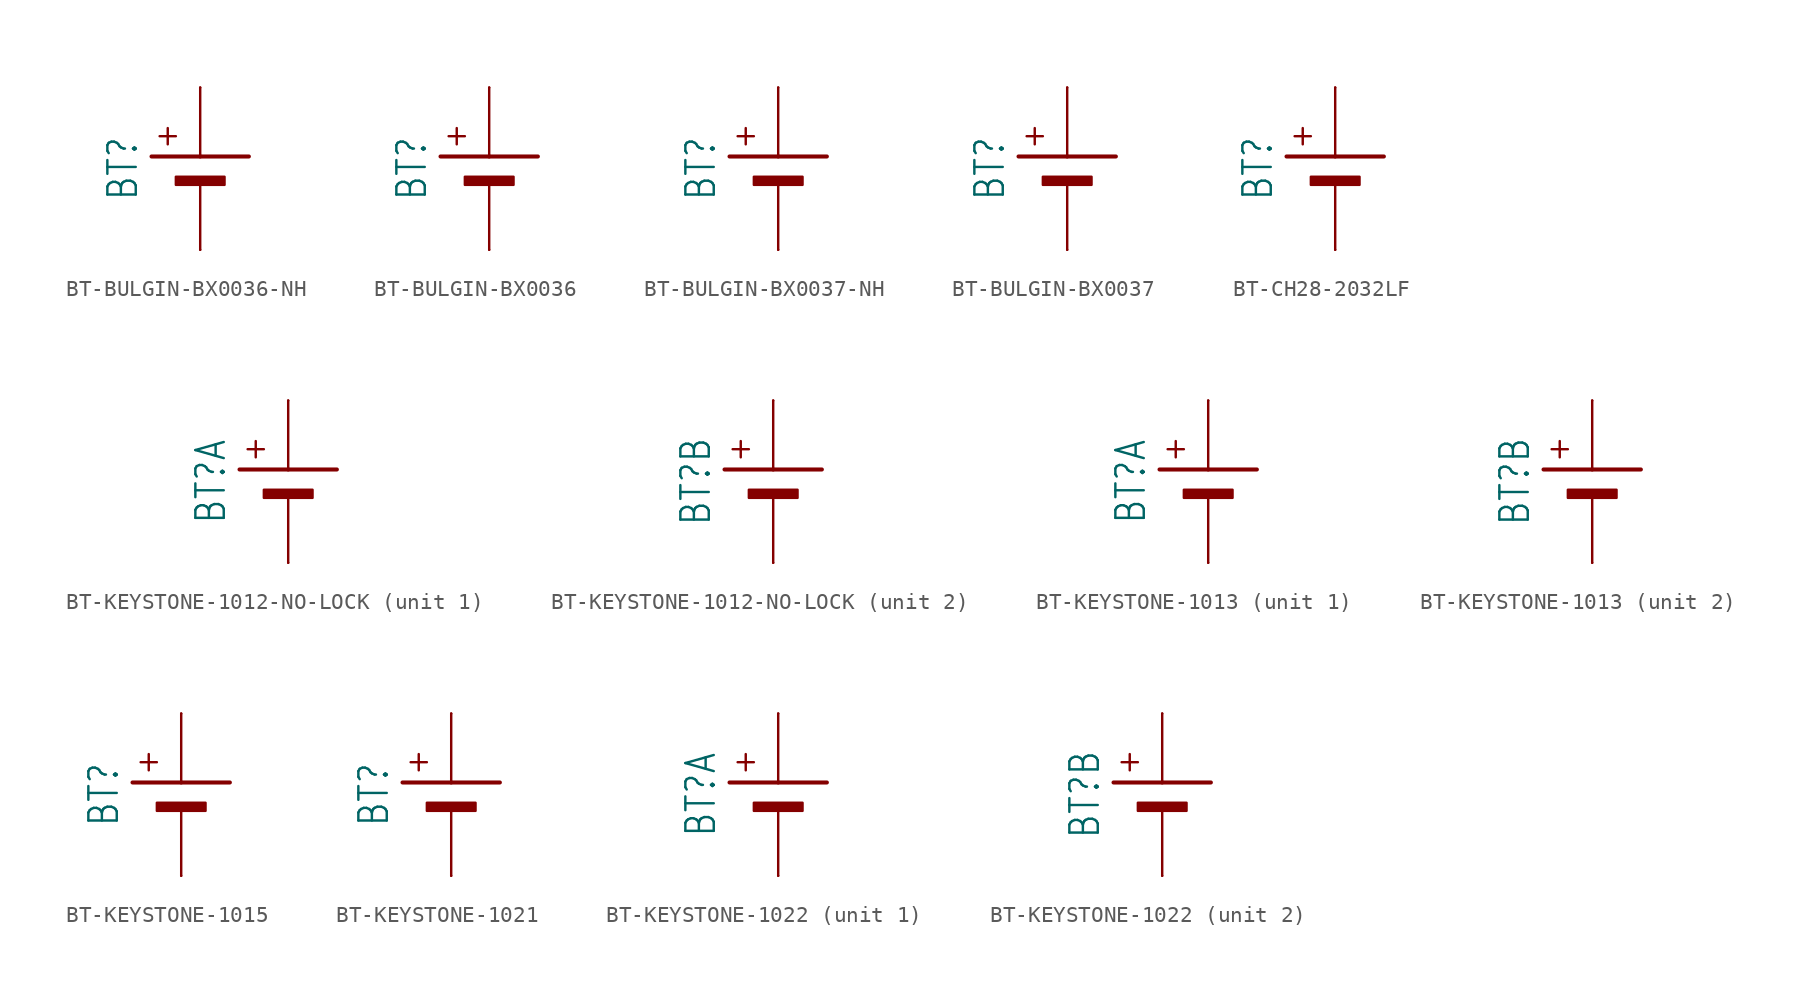
<source format=kicad_sym>
(kicad_symbol_lib
  (version 20231120)
  (generator "kicad_symbol_editor")
  (generator_version "8.0")
  (symbol "BT-BULGIN-BX0036-NH"
    (property "Reference" "BT"
      (at -3.81 0 90)
      (effects (font (size 1.778 1.511)) (justify bottom)))
    (property "Value" ""
      (at 3.81 0 90)
      (effects (font (size 1.778 1.511)) (justify top)))
    (property "ki_locked" ""
      (at 0 0 0)
      (effects (font (size 1.27 1.27))))
    (symbol "BT-BULGIN-BX0036-NH_1_0"
      (rectangle (start -1.524 -1.016) (end 1.524 -0.508) (stroke (width 0) (type default)) (fill (type outline)))
      (polyline (pts (xy -3.048 0.762) (xy 0 0.762)) (stroke (width 0.254) (type solid)) (fill (type none)))
      (polyline (pts (xy -2.54 2.032) (xy -1.524 2.032)) (stroke (width 0.152) (type solid)) (fill (type none)))
      (polyline (pts (xy -2.032 1.524) (xy -2.032 2.54)) (stroke (width 0.152) (type solid)) (fill (type none)))
      (polyline (pts (xy 0 -0.762) (xy 0 -5.08)) (stroke (width 0.152) (type solid)) (fill (type none)))
      (polyline (pts (xy 0 0.762) (xy 3.048 0.762)) (stroke (width 0.254) (type solid)) (fill (type none)))
      (polyline (pts (xy 0 5.08) (xy 0 0.762)) (stroke (width 0.152) (type solid)) (fill (type none)))
      (pin passive line (at 0 -5.08 90) (length 0) (name "M" (effects (font (size 0 0)))) (number "M" (effects (font (size 0 0)))))
      (pin passive line (at 0 5.08 270) (length 0) (name "P" (effects (font (size 0 0)))) (number "P" (effects (font (size 0 0)))))))
  (symbol "BT-BULGIN-BX0036"
    (property "Reference" "BT"
      (at -3.81 0 90)
      (effects (font (size 1.778 1.511)) (justify bottom)))
    (property "Value" ""
      (at 3.81 0 90)
      (effects (font (size 1.778 1.511)) (justify top)))
    (property "ki_locked" ""
      (at 0 0 0)
      (effects (font (size 1.27 1.27))))
    (symbol "BT-BULGIN-BX0036_1_0"
      (rectangle (start -1.524 -1.016) (end 1.524 -0.508) (stroke (width 0) (type default)) (fill (type outline)))
      (polyline (pts (xy -3.048 0.762) (xy 0 0.762)) (stroke (width 0.254) (type solid)) (fill (type none)))
      (polyline (pts (xy -2.54 2.032) (xy -1.524 2.032)) (stroke (width 0.152) (type solid)) (fill (type none)))
      (polyline (pts (xy -2.032 1.524) (xy -2.032 2.54)) (stroke (width 0.152) (type solid)) (fill (type none)))
      (polyline (pts (xy 0 -0.762) (xy 0 -5.08)) (stroke (width 0.152) (type solid)) (fill (type none)))
      (polyline (pts (xy 0 0.762) (xy 3.048 0.762)) (stroke (width 0.254) (type solid)) (fill (type none)))
      (polyline (pts (xy 0 5.08) (xy 0 0.762)) (stroke (width 0.152) (type solid)) (fill (type none)))
      (pin passive line (at 0 -5.08 90) (length 0) (name "M" (effects (font (size 0 0)))) (number "M" (effects (font (size 0 0)))))
      (pin passive line (at 0 5.08 270) (length 0) (name "P" (effects (font (size 0 0)))) (number "P" (effects (font (size 0 0)))))))
  (symbol "BT-BULGIN-BX0037-NH"
    (property "Reference" "BT"
      (at -3.81 0 90)
      (effects (font (size 1.778 1.511)) (justify bottom)))
    (property "Value" ""
      (at 3.81 0 90)
      (effects (font (size 1.778 1.511)) (justify top)))
    (property "ki_locked" ""
      (at 0 0 0)
      (effects (font (size 1.27 1.27))))
    (symbol "BT-BULGIN-BX0037-NH_1_0"
      (rectangle (start -1.524 -1.016) (end 1.524 -0.508) (stroke (width 0) (type default)) (fill (type outline)))
      (polyline (pts (xy -3.048 0.762) (xy 0 0.762)) (stroke (width 0.254) (type solid)) (fill (type none)))
      (polyline (pts (xy -2.54 2.032) (xy -1.524 2.032)) (stroke (width 0.152) (type solid)) (fill (type none)))
      (polyline (pts (xy -2.032 1.524) (xy -2.032 2.54)) (stroke (width 0.152) (type solid)) (fill (type none)))
      (polyline (pts (xy 0 -0.762) (xy 0 -5.08)) (stroke (width 0.152) (type solid)) (fill (type none)))
      (polyline (pts (xy 0 0.762) (xy 3.048 0.762)) (stroke (width 0.254) (type solid)) (fill (type none)))
      (polyline (pts (xy 0 5.08) (xy 0 0.762)) (stroke (width 0.152) (type solid)) (fill (type none)))
      (pin passive line (at 0 -5.08 90) (length 0) (name "M" (effects (font (size 0 0)))) (number "M" (effects (font (size 0 0)))))
      (pin passive line (at 0 5.08 270) (length 0) (name "P" (effects (font (size 0 0)))) (number "P" (effects (font (size 0 0)))))))
  (symbol "BT-BULGIN-BX0037"
    (property "Reference" "BT"
      (at -3.81 0 90)
      (effects (font (size 1.778 1.511)) (justify bottom)))
    (property "Value" ""
      (at 3.81 0 90)
      (effects (font (size 1.778 1.511)) (justify top)))
    (property "ki_locked" ""
      (at 0 0 0)
      (effects (font (size 1.27 1.27))))
    (symbol "BT-BULGIN-BX0037_1_0"
      (rectangle (start -1.524 -1.016) (end 1.524 -0.508) (stroke (width 0) (type default)) (fill (type outline)))
      (polyline (pts (xy -3.048 0.762) (xy 0 0.762)) (stroke (width 0.254) (type solid)) (fill (type none)))
      (polyline (pts (xy -2.54 2.032) (xy -1.524 2.032)) (stroke (width 0.152) (type solid)) (fill (type none)))
      (polyline (pts (xy -2.032 1.524) (xy -2.032 2.54)) (stroke (width 0.152) (type solid)) (fill (type none)))
      (polyline (pts (xy 0 -0.762) (xy 0 -5.08)) (stroke (width 0.152) (type solid)) (fill (type none)))
      (polyline (pts (xy 0 0.762) (xy 3.048 0.762)) (stroke (width 0.254) (type solid)) (fill (type none)))
      (polyline (pts (xy 0 5.08) (xy 0 0.762)) (stroke (width 0.152) (type solid)) (fill (type none)))
      (pin passive line (at 0 -5.08 90) (length 0) (name "M" (effects (font (size 0 0)))) (number "M" (effects (font (size 0 0)))))
      (pin passive line (at 0 5.08 270) (length 0) (name "P" (effects (font (size 0 0)))) (number "P" (effects (font (size 0 0)))))))
  (symbol "BT-CH28-2032LF"
    (property "Reference" "BT"
      (at -3.81 0 90)
      (effects (font (size 1.778 1.511)) (justify bottom)))
    (property "Value" ""
      (at 3.81 0 90)
      (effects (font (size 1.778 1.511)) (justify top)))
    (property "ki_locked" ""
      (at 0 0 0)
      (effects (font (size 1.27 1.27))))
    (symbol "BT-CH28-2032LF_1_0"
      (rectangle (start -1.524 -1.016) (end 1.524 -0.508) (stroke (width 0) (type default)) (fill (type outline)))
      (polyline (pts (xy -3.048 0.762) (xy 0 0.762)) (stroke (width 0.254) (type solid)) (fill (type none)))
      (polyline (pts (xy -2.54 2.032) (xy -1.524 2.032)) (stroke (width 0.152) (type solid)) (fill (type none)))
      (polyline (pts (xy -2.032 1.524) (xy -2.032 2.54)) (stroke (width 0.152) (type solid)) (fill (type none)))
      (polyline (pts (xy 0 -0.762) (xy 0 -5.08)) (stroke (width 0.152) (type solid)) (fill (type none)))
      (polyline (pts (xy 0 0.762) (xy 3.048 0.762)) (stroke (width 0.254) (type solid)) (fill (type none)))
      (polyline (pts (xy 0 5.08) (xy 0 0.762)) (stroke (width 0.152) (type solid)) (fill (type none)))
      (pin passive line (at 0 -5.08 90) (length 0) (name "M" (effects (font (size 0 0)))) (number "M" (effects (font (size 0 0)))))
      (pin passive line (at 0 5.08 270) (length 0) (name "P" (effects (font (size 0 0)))) (number "P" (effects (font (size 0 0)))))))
  (symbol "BT-KEYSTONE-1012-NO-LOCK"
    (property "Reference" "BT"
      (at -3.81 0 90)
      (effects (font (size 1.778 1.511)) (justify bottom)))
    (property "Value" ""
      (at 3.81 0 90)
      (effects (font (size 1.778 1.511)) (justify top)))
    (property "ki_locked" ""
      (at 0 0 0)
      (effects (font (size 1.27 1.27))))
    (symbol "BT-KEYSTONE-1012-NO-LOCK_1_0"
      (rectangle (start -1.524 -1.016) (end 1.524 -0.508) (stroke (width 0) (type default)) (fill (type outline)))
      (polyline (pts (xy -3.048 0.762) (xy 0 0.762)) (stroke (width 0.254) (type solid)) (fill (type none)))
      (polyline (pts (xy -2.54 2.032) (xy -1.524 2.032)) (stroke (width 0.152) (type solid)) (fill (type none)))
      (polyline (pts (xy -2.032 1.524) (xy -2.032 2.54)) (stroke (width 0.152) (type solid)) (fill (type none)))
      (polyline (pts (xy 0 -0.762) (xy 0 -5.08)) (stroke (width 0.152) (type solid)) (fill (type none)))
      (polyline (pts (xy 0 0.762) (xy 3.048 0.762)) (stroke (width 0.254) (type solid)) (fill (type none)))
      (polyline (pts (xy 0 5.08) (xy 0 0.762)) (stroke (width 0.152) (type solid)) (fill (type none)))
      (pin passive line (at 0 -5.08 90) (length 0) (name "M" (effects (font (size 0 0)))) (number "M1" (effects (font (size 0 0)))))
      (pin passive line (at 0 5.08 270) (length 0) (name "P" (effects (font (size 0 0)))) (number "P1" (effects (font (size 0 0))))))
    (symbol "BT-KEYSTONE-1012-NO-LOCK_2_0"
      (rectangle (start -1.524 -1.016) (end 1.524 -0.508) (stroke (width 0) (type default)) (fill (type outline)))
      (polyline (pts (xy -3.048 0.762) (xy 0 0.762)) (stroke (width 0.254) (type solid)) (fill (type none)))
      (polyline (pts (xy -2.54 2.032) (xy -1.524 2.032)) (stroke (width 0.152) (type solid)) (fill (type none)))
      (polyline (pts (xy -2.032 1.524) (xy -2.032 2.54)) (stroke (width 0.152) (type solid)) (fill (type none)))
      (polyline (pts (xy 0 -0.762) (xy 0 -5.08)) (stroke (width 0.152) (type solid)) (fill (type none)))
      (polyline (pts (xy 0 0.762) (xy 3.048 0.762)) (stroke (width 0.254) (type solid)) (fill (type none)))
      (polyline (pts (xy 0 5.08) (xy 0 0.762)) (stroke (width 0.152) (type solid)) (fill (type none)))
      (pin passive line (at 0 -5.08 90) (length 0) (name "M" (effects (font (size 0 0)))) (number "M2" (effects (font (size 0 0)))))
      (pin passive line (at 0 5.08 270) (length 0) (name "P" (effects (font (size 0 0)))) (number "P2" (effects (font (size 0 0)))))))
  (symbol "BT-KEYSTONE-1013"
    (property "Reference" "BT"
      (at -3.81 0 90)
      (effects (font (size 1.778 1.511)) (justify bottom)))
    (property "Value" ""
      (at 3.81 0 90)
      (effects (font (size 1.778 1.511)) (justify top)))
    (property "ki_locked" ""
      (at 0 0 0)
      (effects (font (size 1.27 1.27))))
    (symbol "BT-KEYSTONE-1013_1_0"
      (rectangle (start -1.524 -1.016) (end 1.524 -0.508) (stroke (width 0) (type default)) (fill (type outline)))
      (polyline (pts (xy -3.048 0.762) (xy 0 0.762)) (stroke (width 0.254) (type solid)) (fill (type none)))
      (polyline (pts (xy -2.54 2.032) (xy -1.524 2.032)) (stroke (width 0.152) (type solid)) (fill (type none)))
      (polyline (pts (xy -2.032 1.524) (xy -2.032 2.54)) (stroke (width 0.152) (type solid)) (fill (type none)))
      (polyline (pts (xy 0 -0.762) (xy 0 -5.08)) (stroke (width 0.152) (type solid)) (fill (type none)))
      (polyline (pts (xy 0 0.762) (xy 3.048 0.762)) (stroke (width 0.254) (type solid)) (fill (type none)))
      (polyline (pts (xy 0 5.08) (xy 0 0.762)) (stroke (width 0.152) (type solid)) (fill (type none)))
      (pin passive line (at 0 -5.08 90) (length 0) (name "M" (effects (font (size 0 0)))) (number "M1" (effects (font (size 0 0)))))
      (pin passive line (at 0 5.08 270) (length 0) (name "P" (effects (font (size 0 0)))) (number "P1" (effects (font (size 0 0))))))
    (symbol "BT-KEYSTONE-1013_2_0"
      (rectangle (start -1.524 -1.016) (end 1.524 -0.508) (stroke (width 0) (type default)) (fill (type outline)))
      (polyline (pts (xy -3.048 0.762) (xy 0 0.762)) (stroke (width 0.254) (type solid)) (fill (type none)))
      (polyline (pts (xy -2.54 2.032) (xy -1.524 2.032)) (stroke (width 0.152) (type solid)) (fill (type none)))
      (polyline (pts (xy -2.032 1.524) (xy -2.032 2.54)) (stroke (width 0.152) (type solid)) (fill (type none)))
      (polyline (pts (xy 0 -0.762) (xy 0 -5.08)) (stroke (width 0.152) (type solid)) (fill (type none)))
      (polyline (pts (xy 0 0.762) (xy 3.048 0.762)) (stroke (width 0.254) (type solid)) (fill (type none)))
      (polyline (pts (xy 0 5.08) (xy 0 0.762)) (stroke (width 0.152) (type solid)) (fill (type none)))
      (pin passive line (at 0 -5.08 90) (length 0) (name "M" (effects (font (size 0 0)))) (number "M2" (effects (font (size 0 0)))))
      (pin passive line (at 0 5.08 270) (length 0) (name "P" (effects (font (size 0 0)))) (number "P2" (effects (font (size 0 0)))))))
  (symbol "BT-KEYSTONE-1015"
    (property "Reference" "BT"
      (at -3.81 0 90)
      (effects (font (size 1.778 1.511)) (justify bottom)))
    (property "Value" ""
      (at 3.81 0 90)
      (effects (font (size 1.778 1.511)) (justify top)))
    (property "ki_locked" ""
      (at 0 0 0)
      (effects (font (size 1.27 1.27))))
    (symbol "BT-KEYSTONE-1015_1_0"
      (rectangle (start -1.524 -1.016) (end 1.524 -0.508) (stroke (width 0) (type default)) (fill (type outline)))
      (polyline (pts (xy -3.048 0.762) (xy 0 0.762)) (stroke (width 0.254) (type solid)) (fill (type none)))
      (polyline (pts (xy -2.54 2.032) (xy -1.524 2.032)) (stroke (width 0.152) (type solid)) (fill (type none)))
      (polyline (pts (xy -2.032 1.524) (xy -2.032 2.54)) (stroke (width 0.152) (type solid)) (fill (type none)))
      (polyline (pts (xy 0 -0.762) (xy 0 -5.08)) (stroke (width 0.152) (type solid)) (fill (type none)))
      (polyline (pts (xy 0 0.762) (xy 3.048 0.762)) (stroke (width 0.254) (type solid)) (fill (type none)))
      (polyline (pts (xy 0 5.08) (xy 0 0.762)) (stroke (width 0.152) (type solid)) (fill (type none)))
      (pin passive line (at 0 -5.08 90) (length 0) (name "M" (effects (font (size 0 0)))) (number "M1" (effects (font (size 0 0)))))
      (pin passive line (at 0 5.08 270) (length 0) (name "P" (effects (font (size 0 0)))) (number "P1" (effects (font (size 0 0)))))))
  (symbol "BT-KEYSTONE-1021"
    (property "Reference" "BT"
      (at -3.81 0 90)
      (effects (font (size 1.778 1.511)) (justify bottom)))
    (property "Value" ""
      (at 3.81 0 90)
      (effects (font (size 1.778 1.511)) (justify top)))
    (property "ki_locked" ""
      (at 0 0 0)
      (effects (font (size 1.27 1.27))))
    (symbol "BT-KEYSTONE-1021_1_0"
      (rectangle (start -1.524 -1.016) (end 1.524 -0.508) (stroke (width 0) (type default)) (fill (type outline)))
      (polyline (pts (xy -3.048 0.762) (xy 0 0.762)) (stroke (width 0.254) (type solid)) (fill (type none)))
      (polyline (pts (xy -2.54 2.032) (xy -1.524 2.032)) (stroke (width 0.152) (type solid)) (fill (type none)))
      (polyline (pts (xy -2.032 1.524) (xy -2.032 2.54)) (stroke (width 0.152) (type solid)) (fill (type none)))
      (polyline (pts (xy 0 -0.762) (xy 0 -5.08)) (stroke (width 0.152) (type solid)) (fill (type none)))
      (polyline (pts (xy 0 0.762) (xy 3.048 0.762)) (stroke (width 0.254) (type solid)) (fill (type none)))
      (polyline (pts (xy 0 5.08) (xy 0 0.762)) (stroke (width 0.152) (type solid)) (fill (type none)))
      (pin passive line (at 0 -5.08 90) (length 0) (name "M" (effects (font (size 0 0)))) (number "M" (effects (font (size 0 0)))))
      (pin passive line (at 0 5.08 270) (length 0) (name "P" (effects (font (size 0 0)))) (number "P" (effects (font (size 0 0)))))))
  (symbol "BT-KEYSTONE-1022"
    (property "Reference" "BT"
      (at -3.81 0 90)
      (effects (font (size 1.778 1.511)) (justify bottom)))
    (property "Value" ""
      (at 3.81 0 90)
      (effects (font (size 1.778 1.511)) (justify top)))
    (property "ki_locked" ""
      (at 0 0 0)
      (effects (font (size 1.27 1.27))))
    (symbol "BT-KEYSTONE-1022_1_0"
      (rectangle (start -1.524 -1.016) (end 1.524 -0.508) (stroke (width 0) (type default)) (fill (type outline)))
      (polyline (pts (xy -3.048 0.762) (xy 0 0.762)) (stroke (width 0.254) (type solid)) (fill (type none)))
      (polyline (pts (xy -2.54 2.032) (xy -1.524 2.032)) (stroke (width 0.152) (type solid)) (fill (type none)))
      (polyline (pts (xy -2.032 1.524) (xy -2.032 2.54)) (stroke (width 0.152) (type solid)) (fill (type none)))
      (polyline (pts (xy 0 -0.762) (xy 0 -5.08)) (stroke (width 0.152) (type solid)) (fill (type none)))
      (polyline (pts (xy 0 0.762) (xy 3.048 0.762)) (stroke (width 0.254) (type solid)) (fill (type none)))
      (polyline (pts (xy 0 5.08) (xy 0 0.762)) (stroke (width 0.152) (type solid)) (fill (type none)))
      (pin passive line (at 0 -5.08 90) (length 0) (name "M" (effects (font (size 0 0)))) (number "M1" (effects (font (size 0 0)))))
      (pin passive line (at 0 5.08 270) (length 0) (name "P" (effects (font (size 0 0)))) (number "P1" (effects (font (size 0 0))))))
    (symbol "BT-KEYSTONE-1022_2_0"
      (rectangle (start -1.524 -1.016) (end 1.524 -0.508) (stroke (width 0) (type default)) (fill (type outline)))
      (polyline (pts (xy -3.048 0.762) (xy 0 0.762)) (stroke (width 0.254) (type solid)) (fill (type none)))
      (polyline (pts (xy -2.54 2.032) (xy -1.524 2.032)) (stroke (width 0.152) (type solid)) (fill (type none)))
      (polyline (pts (xy -2.032 1.524) (xy -2.032 2.54)) (stroke (width 0.152) (type solid)) (fill (type none)))
      (polyline (pts (xy 0 -0.762) (xy 0 -5.08)) (stroke (width 0.152) (type solid)) (fill (type none)))
      (polyline (pts (xy 0 0.762) (xy 3.048 0.762)) (stroke (width 0.254) (type solid)) (fill (type none)))
      (polyline (pts (xy 0 5.08) (xy 0 0.762)) (stroke (width 0.152) (type solid)) (fill (type none)))
      (pin passive line (at 0 -5.08 90) (length 0) (name "M" (effects (font (size 0 0)))) (number "M2" (effects (font (size 0 0)))))
      (pin passive line (at 0 5.08 270) (length 0) (name "P" (effects (font (size 0 0)))) (number "P2" (effects (font (size 0 0))))))))
</source>
